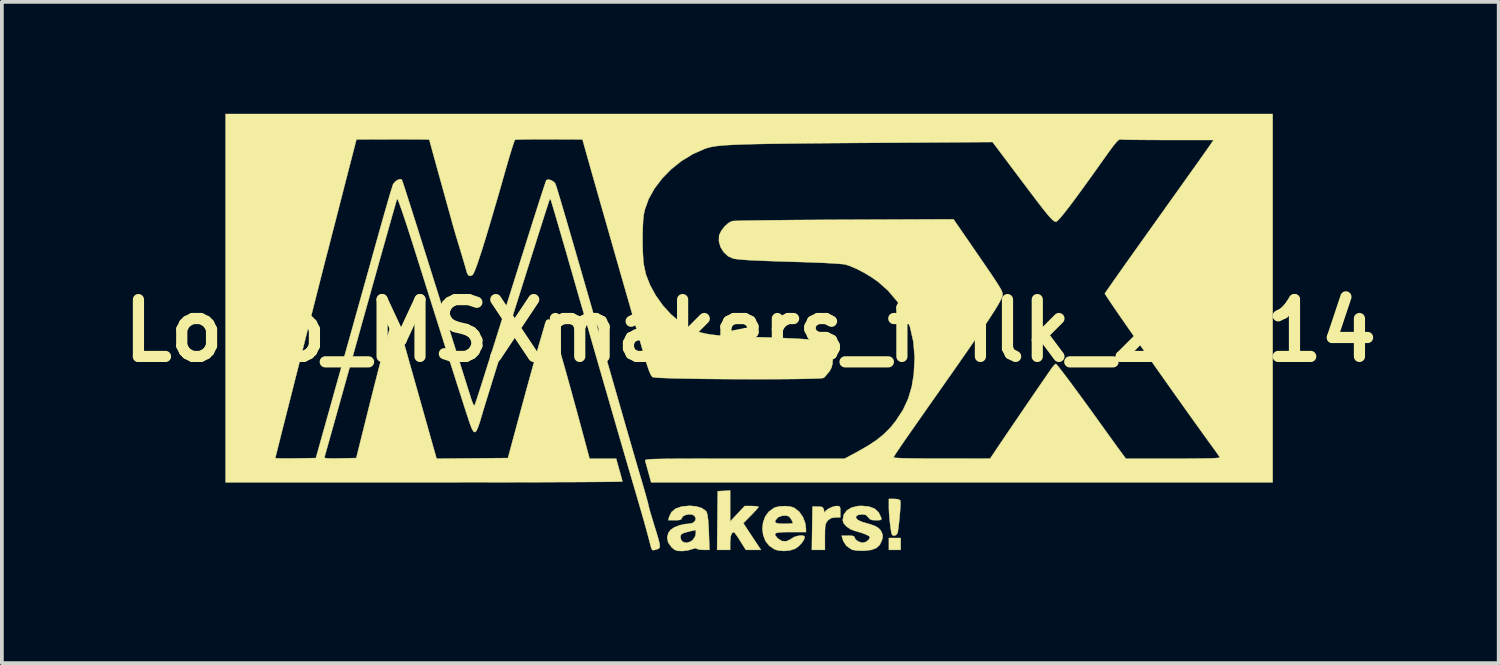
<source format=kicad_pcb>
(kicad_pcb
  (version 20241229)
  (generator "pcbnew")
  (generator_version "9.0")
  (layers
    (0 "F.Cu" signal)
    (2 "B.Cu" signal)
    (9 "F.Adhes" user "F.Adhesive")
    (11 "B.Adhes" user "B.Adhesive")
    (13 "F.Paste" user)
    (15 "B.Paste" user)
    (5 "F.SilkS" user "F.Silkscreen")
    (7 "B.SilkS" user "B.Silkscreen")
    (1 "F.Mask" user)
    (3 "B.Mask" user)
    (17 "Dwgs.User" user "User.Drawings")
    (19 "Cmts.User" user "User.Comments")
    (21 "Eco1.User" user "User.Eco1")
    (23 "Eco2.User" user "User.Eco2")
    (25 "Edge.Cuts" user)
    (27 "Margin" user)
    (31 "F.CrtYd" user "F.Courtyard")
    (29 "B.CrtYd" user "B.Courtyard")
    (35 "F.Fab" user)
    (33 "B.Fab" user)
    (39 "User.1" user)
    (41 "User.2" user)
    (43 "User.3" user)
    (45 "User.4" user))
  (footprint "Logo_MSXmakers_fsilk_29x14"
    (layer "F.Cu")
    (at 17.062 5.815)
    (property "Reference" "Logo_MSXmakers_fsilk_29x14" (at 0 0 0) (layer "F.SilkS") (effects (font (size 1.524 1.524) (thickness 0.3))))
    (attr through_hole)
    (fp_poly (pts (xy 4.032 5.874) (xy 3.715 5.874) (xy 3.715 5.556) (xy 4.032 5.556) (xy 4.032 5.874)) (stroke (width 0.01) (type solid)) (fill yes) (layer "F.SilkS"))
    (fp_poly (pts (xy 3.962 4.517) (xy 4.014 4.545) (xy 4.022 4.559) (xy 4.026 4.607) (xy 4.023 4.703) (xy 4.015 4.832) (xy 4.003 4.978) (xy 3.988 5.127) (xy 3.972 5.264) (xy 3.957 5.373) (xy 3.947 5.421) (xy 3.912 5.473) (xy 3.855 5.495) (xy 3.805 5.477) (xy 3.799 5.468) (xy 3.783 5.417) (xy 3.766 5.317) (xy 3.749 5.187) (xy 3.733 5.041) (xy 3.721 4.896) (xy 3.715 4.768) (xy 3.715 4.728) (xy 3.715 4.508) (xy 3.859 4.508) (xy 3.962 4.517)) (stroke (width 0.01) (type solid)) (fill yes) (layer "F.SilkS"))
    (fp_poly (pts (xy -0.54 5.114) (xy -0.346 4.907) (xy -0.151 4.699) (xy 0.035 4.699) (xy 0.135 4.703) (xy 0.203 4.712) (xy 0.222 4.722) (xy 0.201 4.753) (xy 0.145 4.818) (xy 0.064 4.904) (xy 0.018 4.952) (xy -0.187 5.159) (xy 0.049 5.517) (xy 0.285 5.874) (xy -0.12 5.874) (xy -0.269 5.636) (xy -0.337 5.529) (xy -0.395 5.448) (xy -0.433 5.403) (xy -0.44 5.397) (xy -0.494 5.427) (xy -0.527 5.516) (xy -0.54 5.661) (xy -0.54 5.674) (xy -0.54 5.874) (xy -0.89 5.874) (xy -0.882 5.088) (xy -0.873 4.302) (xy -0.706 4.293) (xy -0.54 4.283) (xy -0.54 5.114)) (stroke (width 0.01) (type solid)) (fill yes) (layer "F.SilkS"))
    (fp_poly (pts (xy 2.373 4.702) (xy 2.403 4.724) (xy 2.412 4.78) (xy 2.413 4.85) (xy 2.413 5.002) (xy 2.28 5.005) (xy 2.173 5.021) (xy 2.097 5.068) (xy 2.073 5.094) (xy 2.041 5.137) (xy 2.02 5.185) (xy 2.007 5.253) (xy 2.002 5.353) (xy 2 5.502) (xy 2 5.526) (xy 2 5.874) (xy 1.65 5.874) (xy 1.658 5.294) (xy 1.667 4.715) (xy 1.809 4.715) (xy 1.898 4.719) (xy 1.944 4.737) (xy 1.966 4.783) (xy 1.972 4.81) (xy 1.987 4.865) (xy 1.996 4.871) (xy 1.996 4.868) (xy 2.028 4.821) (xy 2.1 4.77) (xy 2.192 4.727) (xy 2.283 4.701) (xy 2.314 4.699) (xy 2.373 4.702)) (stroke (width 0.01) (type solid)) (fill yes) (layer "F.SilkS"))
    (fp_poly (pts (xy 1.074 4.715) (xy 1.173 4.745) (xy 1.307 4.848) (xy 1.411 4.995) (xy 1.476 5.168) (xy 1.492 5.31) (xy 1.492 5.397) (xy 1.079 5.397) (xy 0.893 5.399) (xy 0.765 5.407) (xy 0.69 5.424) (xy 0.661 5.451) (xy 0.675 5.494) (xy 0.724 5.553) (xy 0.745 5.574) (xy 0.849 5.639) (xy 0.965 5.644) (xy 1.083 5.59) (xy 1.105 5.572) (xy 1.179 5.529) (xy 1.27 5.501) (xy 1.359 5.489) (xy 1.429 5.496) (xy 1.46 5.525) (xy 1.46 5.529) (xy 1.437 5.604) (xy 1.375 5.695) (xy 1.292 5.781) (xy 1.205 5.843) (xy 1.065 5.888) (xy 0.901 5.904) (xy 0.741 5.889) (xy 0.651 5.861) (xy 0.509 5.766) (xy 0.407 5.636) (xy 0.346 5.48) (xy 0.324 5.313) (xy 0.342 5.144) (xy 0.346 5.132) (xy 0.665 5.132) (xy 0.711 5.16) (xy 0.813 5.173) (xy 0.905 5.175) (xy 1.019 5.173) (xy 1.103 5.167) (xy 1.142 5.159) (xy 1.143 5.157) (xy 1.126 5.107) (xy 1.087 5.039) (xy 1.045 4.985) (xy 1.035 4.977) (xy 0.953 4.953) (xy 0.85 4.961) (xy 0.758 4.995) (xy 0.73 5.016) (xy 0.673 5.085) (xy 0.665 5.132) (xy 0.346 5.132) (xy 0.398 4.987) (xy 0.494 4.853) (xy 0.629 4.754) (xy 0.677 4.733) (xy 0.795 4.707) (xy 0.937 4.701) (xy 1.074 4.715)) (stroke (width 0.01) (type solid)) (fill yes) (layer "F.SilkS"))
    (fp_poly (pts (xy 3.18 4.713) (xy 3.333 4.77) (xy 3.441 4.87) (xy 3.507 5.009) (xy 3.515 5.051) (xy 3.496 5.072) (xy 3.437 5.079) (xy 3.371 5.08) (xy 3.27 5.075) (xy 3.209 5.053) (xy 3.166 5.006) (xy 3.162 5.001) (xy 3.096 4.938) (xy 3.008 4.922) (xy 2.895 4.936) (xy 2.838 4.971) (xy 2.834 5.02) (xy 2.884 5.073) (xy 2.984 5.121) (xy 3.036 5.137) (xy 3.211 5.187) (xy 3.336 5.232) (xy 3.421 5.278) (xy 3.478 5.331) (xy 3.51 5.38) (xy 3.545 5.461) (xy 3.549 5.533) (xy 3.529 5.616) (xy 3.472 5.739) (xy 3.38 5.824) (xy 3.247 5.875) (xy 3.063 5.897) (xy 3.048 5.898) (xy 2.879 5.895) (xy 2.753 5.876) (xy 2.715 5.863) (xy 2.579 5.77) (xy 2.493 5.638) (xy 2.478 5.592) (xy 2.449 5.493) (xy 2.622 5.493) (xy 2.727 5.497) (xy 2.781 5.514) (xy 2.794 5.539) (xy 2.822 5.596) (xy 2.891 5.648) (xy 2.978 5.679) (xy 3.018 5.683) (xy 3.099 5.661) (xy 3.17 5.609) (xy 3.206 5.544) (xy 3.207 5.533) (xy 3.177 5.5) (xy 3.096 5.46) (xy 2.973 5.415) (xy 2.82 5.37) (xy 2.797 5.364) (xy 2.679 5.317) (xy 2.576 5.244) (xy 2.503 5.161) (xy 2.477 5.081) (xy 2.504 4.935) (xy 2.584 4.821) (xy 2.713 4.741) (xy 2.885 4.7) (xy 2.98 4.695) (xy 3.18 4.713)) (stroke (width 0.01) (type solid)) (fill yes) (layer "F.SilkS"))
    (fp_poly (pts (xy -1.448 4.709) (xy -1.302 4.754) (xy -1.199 4.824) (xy -1.17 4.863) (xy -1.149 4.933) (xy -1.132 5.063) (xy -1.118 5.248) (xy -1.111 5.405) (xy -1.095 5.874) (xy -1.259 5.874) (xy -1.354 5.868) (xy -1.419 5.853) (xy -1.435 5.841) (xy -1.47 5.828) (xy -1.552 5.852) (xy -1.563 5.856) (xy -1.668 5.886) (xy -1.795 5.904) (xy -1.844 5.905) (xy -1.95 5.9) (xy -2.024 5.874) (xy -2.095 5.817) (xy -2.115 5.798) (xy -2.201 5.676) (xy -2.228 5.547) (xy -2.226 5.536) (xy -1.873 5.536) (xy -1.848 5.622) (xy -1.785 5.672) (xy -1.697 5.684) (xy -1.602 5.653) (xy -1.538 5.605) (xy -1.476 5.509) (xy -1.46 5.434) (xy -1.46 5.34) (xy -1.629 5.379) (xy -1.753 5.411) (xy -1.827 5.44) (xy -1.862 5.476) (xy -1.873 5.525) (xy -1.873 5.536) (xy -2.226 5.536) (xy -2.197 5.422) (xy -2.134 5.336) (xy -2.039 5.272) (xy -1.905 5.218) (xy -1.756 5.184) (xy -1.647 5.175) (xy -1.549 5.156) (xy -1.484 5.105) (xy -1.461 5.038) (xy -1.491 4.968) (xy -1.499 4.959) (xy -1.565 4.927) (xy -1.654 4.922) (xy -1.744 4.942) (xy -1.813 4.98) (xy -1.841 5.033) (xy -1.841 5.033) (xy -1.858 5.061) (xy -1.915 5.076) (xy -2.02 5.08) (xy -2.198 5.08) (xy -2.176 4.993) (xy -2.113 4.862) (xy -1.999 4.768) (xy -1.835 4.712) (xy -1.624 4.693) (xy -1.448 4.709)) (stroke (width 0.01) (type solid)) (fill yes) (layer "F.SilkS"))
    (fp_poly (pts (xy 14.002 4.064) (xy -2.657 4.064) (xy -2.73 3.802) (xy -2.765 3.675) (xy -2.795 3.567) (xy -2.814 3.496) (xy -2.818 3.485) (xy -2.818 3.475) (xy -2.81 3.466) (xy -2.79 3.459) (xy -2.754 3.452) (xy -2.698 3.447) (xy -2.618 3.442) (xy -2.511 3.439) (xy -2.372 3.436) (xy -2.196 3.433) (xy -1.982 3.432) (xy -1.723 3.431) (xy -1.418 3.43) (xy -1.06 3.429) (xy -0.648 3.429) (xy -0.175 3.429) (xy 2.529 3.429) (xy 2.856 3.254) (xy 3.144 3.09) (xy 3.381 2.934) (xy 3.579 2.775) (xy 3.75 2.604) (xy 3.899 2.419) (xy 4.092 2.124) (xy 4.232 1.823) (xy 4.328 1.501) (xy 4.383 1.166) (xy 4.406 0.719) (xy 4.372 0.3) (xy 4.284 -0.091) (xy 4.14 -0.452) (xy 3.942 -0.782) (xy 3.689 -1.079) (xy 3.428 -1.31) (xy 3.249 -1.435) (xy 3.051 -1.555) (xy 2.851 -1.658) (xy 2.667 -1.737) (xy 2.54 -1.777) (xy 2.473 -1.786) (xy 2.352 -1.796) (xy 2.185 -1.807) (xy 1.982 -1.818) (xy 1.751 -1.828) (xy 1.502 -1.837) (xy 1.381 -1.841) (xy 0.992 -1.852) (xy 0.661 -1.863) (xy 0.383 -1.873) (xy 0.154 -1.883) (xy -0.033 -1.892) (xy -0.181 -1.902) (xy -0.297 -1.912) (xy -0.384 -1.922) (xy -0.449 -1.933) (xy -0.46 -1.936) (xy -0.597 -1.998) (xy -0.712 -2.105) (xy -0.797 -2.242) (xy -0.841 -2.394) (xy -0.837 -2.543) (xy -0.831 -2.567) (xy -0.775 -2.683) (xy -0.685 -2.798) (xy -0.581 -2.89) (xy -0.487 -2.938) (xy -0.442 -2.942) (xy -0.339 -2.946) (xy -0.182 -2.95) (xy 0.025 -2.953) (xy 0.278 -2.957) (xy 0.57 -2.961) (xy 0.899 -2.964) (xy 1.258 -2.968) (xy 1.645 -2.97) (xy 2.053 -2.973) (xy 2.478 -2.975) (xy 2.525 -2.975) (xy 5.448 -2.987) (xy 5.957 -2.248) (xy 6.149 -1.969) (xy 6.308 -1.737) (xy 6.437 -1.548) (xy 6.539 -1.396) (xy 6.617 -1.277) (xy 6.675 -1.184) (xy 6.715 -1.115) (xy 6.741 -1.063) (xy 6.755 -1.023) (xy 6.761 -0.992) (xy 6.763 -0.965) (xy 6.756 -0.926) (xy 6.734 -0.868) (xy 6.696 -0.791) (xy 6.639 -0.689) (xy 6.562 -0.562) (xy 6.462 -0.406) (xy 6.338 -0.217) (xy 6.187 0.006) (xy 6.009 0.267) (xy 5.8 0.569) (xy 5.56 0.914) (xy 5.285 1.306) (xy 5.054 1.635) (xy 4.81 1.982) (xy 4.601 2.281) (xy 4.423 2.535) (xy 4.274 2.748) (xy 4.152 2.923) (xy 4.054 3.065) (xy 3.979 3.176) (xy 3.922 3.26) (xy 3.883 3.32) (xy 3.858 3.362) (xy 3.845 3.387) (xy 3.842 3.398) (xy 3.873 3.406) (xy 3.965 3.413) (xy 4.114 3.419) (xy 4.318 3.423) (xy 4.574 3.426) (xy 4.879 3.428) (xy 5.136 3.428) (xy 6.429 3.427) (xy 6.561 3.23) (xy 6.645 3.105) (xy 6.751 2.948) (xy 6.875 2.764) (xy 7.013 2.561) (xy 7.16 2.346) (xy 7.31 2.125) (xy 7.46 1.906) (xy 7.604 1.695) (xy 7.738 1.499) (xy 7.858 1.325) (xy 7.957 1.181) (xy 8.033 1.072) (xy 8.079 1.006) (xy 8.089 0.992) (xy 8.143 0.927) (xy 8.182 0.892) (xy 8.189 0.889) (xy 8.217 0.914) (xy 8.279 0.989) (xy 8.372 1.108) (xy 8.495 1.27) (xy 8.645 1.471) (xy 8.819 1.708) (xy 9.016 1.977) (xy 9.232 2.276) (xy 9.319 2.397) (xy 9.459 2.592) (xy 9.594 2.779) (xy 9.716 2.949) (xy 9.82 3.093) (xy 9.9 3.202) (xy 9.944 3.262) (xy 10.067 3.429) (xy 11.338 3.429) (xy 11.666 3.429) (xy 11.935 3.427) (xy 12.151 3.425) (xy 12.317 3.422) (xy 12.439 3.417) (xy 12.521 3.411) (xy 12.568 3.403) (xy 12.586 3.394) (xy 12.585 3.389) (xy 12.554 3.344) (xy 12.499 3.266) (xy 12.445 3.191) (xy 12.299 2.991) (xy 12.134 2.762) (xy 11.954 2.511) (xy 11.761 2.241) (xy 11.558 1.956) (xy 11.349 1.662) (xy 11.137 1.362) (xy 10.925 1.062) (xy 10.717 0.766) (xy 10.514 0.478) (xy 10.322 0.202) (xy 10.142 -0.055) (xy 9.978 -0.291) (xy 9.833 -0.501) (xy 9.711 -0.68) (xy 9.614 -0.823) (xy 9.546 -0.926) (xy 9.509 -0.985) (xy 9.504 -0.997) (xy 9.524 -1.029) (xy 9.579 -1.109) (xy 9.665 -1.231) (xy 9.778 -1.393) (xy 9.917 -1.59) (xy 10.078 -1.818) (xy 10.259 -2.072) (xy 10.456 -2.349) (xy 10.666 -2.644) (xy 10.866 -2.924) (xy 11.088 -3.236) (xy 11.302 -3.536) (xy 11.504 -3.819) (xy 11.691 -4.082) (xy 11.859 -4.318) (xy 12.007 -4.525) (xy 12.129 -4.698) (xy 12.224 -4.832) (xy 12.287 -4.922) (xy 12.315 -4.961) (xy 12.417 -5.112) (xy 11.201 -5.112) (xy 10.927 -5.113) (xy 10.672 -5.114) (xy 10.442 -5.116) (xy 10.245 -5.118) (xy 10.088 -5.121) (xy 9.979 -5.124) (xy 9.925 -5.128) (xy 9.922 -5.129) (xy 9.896 -5.126) (xy 9.861 -5.103) (xy 9.812 -5.053) (xy 9.745 -4.972) (xy 9.656 -4.854) (xy 9.539 -4.692) (xy 9.43 -4.539) (xy 9.162 -4.162) (xy 8.928 -3.837) (xy 8.728 -3.564) (xy 8.561 -3.34) (xy 8.425 -3.165) (xy 8.321 -3.038) (xy 8.246 -2.957) (xy 8.201 -2.923) (xy 8.194 -2.921) (xy 8.168 -2.926) (xy 8.137 -2.942) (xy 8.097 -2.975) (xy 8.045 -3.028) (xy 7.977 -3.105) (xy 7.89 -3.212) (xy 7.781 -3.351) (xy 7.646 -3.527) (xy 7.481 -3.745) (xy 7.283 -4.008) (xy 7.204 -4.113) (xy 6.494 -5.058) (xy 3.164 -5.036) (xy 2.569 -5.032) (xy 2.033 -5.028) (xy 1.554 -5.024) (xy 1.128 -5.019) (xy 0.752 -5.014) (xy 0.421 -5.009) (xy 0.132 -5.003) (xy -0.118 -4.997) (xy -0.332 -4.989) (xy -0.515 -4.981) (xy -0.669 -4.972) (xy -0.799 -4.961) (xy -0.908 -4.949) (xy -0.999 -4.935) (xy -1.076 -4.92) (xy -1.142 -4.903) (xy -1.202 -4.884) (xy -1.219 -4.878) (xy -1.541 -4.735) (xy -1.844 -4.55) (xy -2.12 -4.33) (xy -2.363 -4.082) (xy -2.567 -3.814) (xy -2.724 -3.533) (xy -2.827 -3.247) (xy -2.856 -3.111) (xy -2.872 -2.966) (xy -2.882 -2.775) (xy -2.887 -2.556) (xy -2.887 -2.325) (xy -2.881 -2.099) (xy -2.869 -1.897) (xy -2.859 -1.789) (xy -2.8 -1.513) (xy -2.689 -1.228) (xy -2.535 -0.946) (xy -2.346 -0.68) (xy -2.13 -0.441) (xy -1.894 -0.242) (xy -1.796 -0.175) (xy -1.675 -0.103) (xy -1.562 -0.043) (xy -1.449 0.007) (xy -1.329 0.048) (xy -1.194 0.08) (xy -1.038 0.106) (xy -0.852 0.126) (xy -0.631 0.142) (xy -0.366 0.155) (xy -0.051 0.166) (xy 0.238 0.174) (xy 0.559 0.183) (xy 0.865 0.195) (xy 1.15 0.209) (xy 1.407 0.223) (xy 1.629 0.239) (xy 1.809 0.255) (xy 1.94 0.27) (xy 2.015 0.286) (xy 2.019 0.287) (xy 2.087 0.333) (xy 2.153 0.408) (xy 2.161 0.42) (xy 2.196 0.488) (xy 2.214 0.564) (xy 2.217 0.668) (xy 2.213 0.753) (xy 2.202 0.886) (xy 2.18 0.98) (xy 2.141 1.058) (xy 2.11 1.102) (xy 2.044 1.183) (xy 1.987 1.247) (xy 1.97 1.262) (xy 1.928 1.271) (xy 1.829 1.278) (xy 1.679 1.284) (xy 1.485 1.289) (xy 1.251 1.293) (xy 0.986 1.296) (xy 0.695 1.298) (xy 0.384 1.299) (xy 0.059 1.299) (xy -0.273 1.298) (xy -0.606 1.297) (xy -0.933 1.294) (xy -1.249 1.291) (xy -1.548 1.286) (xy -1.822 1.281) (xy -2.066 1.276) (xy -2.273 1.269) (xy -2.438 1.262) (xy -2.554 1.254) (xy -2.614 1.245) (xy -2.62 1.243) (xy -2.66 1.194) (xy -2.707 1.093) (xy -2.762 0.935) (xy -2.805 0.798) (xy -2.833 0.703) (xy -2.877 0.553) (xy -2.934 0.354) (xy -3.004 0.111) (xy -3.085 -0.168) (xy -3.174 -0.479) (xy -3.27 -0.815) (xy -3.372 -1.17) (xy -3.478 -1.538) (xy -3.585 -1.913) (xy -3.693 -2.29) (xy -3.799 -2.662) (xy -3.902 -3.023) (xy -4.001 -3.367) (xy -4.092 -3.688) (xy -4.175 -3.981) (xy -4.249 -4.239) (xy -4.31 -4.456) (xy -4.343 -4.572) (xy -4.499 -5.128) (xy -5.389 -5.132) (xy -5.621 -5.132) (xy -5.833 -5.131) (xy -6.015 -5.129) (xy -6.161 -5.126) (xy -6.261 -5.122) (xy -6.307 -5.117) (xy -6.308 -5.116) (xy -6.324 -5.081) (xy -6.355 -4.993) (xy -6.397 -4.862) (xy -6.449 -4.694) (xy -6.506 -4.499) (xy -6.554 -4.334) (xy -6.71 -3.785) (xy -6.852 -3.296) (xy -6.978 -2.868) (xy -7.089 -2.499) (xy -7.185 -2.189) (xy -7.267 -1.937) (xy -7.334 -1.741) (xy -7.387 -1.603) (xy -7.427 -1.52) (xy -7.442 -1.497) (xy -7.506 -1.467) (xy -7.563 -1.492) (xy -7.597 -1.561) (xy -7.611 -1.615) (xy -7.641 -1.718) (xy -7.682 -1.859) (xy -7.732 -2.026) (xy -7.777 -2.175) (xy -7.834 -2.363) (xy -7.888 -2.542) (xy -7.934 -2.698) (xy -7.968 -2.817) (xy -7.984 -2.873) (xy -8.003 -2.942) (xy -8.036 -3.063) (xy -8.082 -3.228) (xy -8.138 -3.429) (xy -8.201 -3.657) (xy -8.269 -3.904) (xy -8.316 -4.071) (xy -8.384 -4.316) (xy -8.446 -4.542) (xy -8.501 -4.741) (xy -8.546 -4.905) (xy -8.58 -5.028) (xy -8.599 -5.102) (xy -8.604 -5.122) (xy -8.635 -5.125) (xy -8.721 -5.127) (xy -8.856 -5.129) (xy -9.03 -5.13) (xy -9.238 -5.131) (xy -9.471 -5.131) (xy -9.581 -5.131) (xy -10.557 -5.128) (xy -10.66 -4.731) (xy -10.693 -4.602) (xy -10.74 -4.422) (xy -10.796 -4.203) (xy -10.86 -3.955) (xy -10.928 -3.689) (xy -10.998 -3.417) (xy -11.035 -3.27) (xy -11.102 -3.009) (xy -11.167 -2.758) (xy -11.227 -2.526) (xy -11.279 -2.322) (xy -11.322 -2.155) (xy -11.354 -2.035) (xy -11.367 -1.984) (xy -11.386 -1.912) (xy -11.418 -1.784) (xy -11.463 -1.608) (xy -11.519 -1.39) (xy -11.583 -1.136) (xy -11.655 -0.853) (xy -11.732 -0.548) (xy -11.813 -0.227) (xy -11.859 -0.048) (xy -11.948 0.307) (xy -12.04 0.671) (xy -12.132 1.035) (xy -12.222 1.388) (xy -12.306 1.722) (xy -12.383 2.025) (xy -12.45 2.289) (xy -12.504 2.502) (xy -12.512 2.533) (xy -12.569 2.757) (xy -12.62 2.961) (xy -12.664 3.137) (xy -12.699 3.276) (xy -12.722 3.371) (xy -12.732 3.413) (xy -12.732 3.414) (xy -12.702 3.419) (xy -12.618 3.422) (xy -12.492 3.424) (xy -12.333 3.424) (xy -12.188 3.422) (xy -11.645 3.413) (xy -11.409 2.572) (xy -11.349 2.358) (xy -11.275 2.095) (xy -11.191 1.793) (xy -11.099 1.464) (xy -11.002 1.121) (xy -10.905 0.773) (xy -10.81 0.433) (xy -10.764 0.27) (xy -10.663 -0.089) (xy -10.553 -0.484) (xy -10.436 -0.9) (xy -10.319 -1.32) (xy -10.204 -1.73) (xy -10.098 -2.112) (xy -10.003 -2.452) (xy -9.987 -2.508) (xy -9.908 -2.79) (xy -9.833 -3.056) (xy -9.763 -3.299) (xy -9.702 -3.512) (xy -9.65 -3.688) (xy -9.609 -3.821) (xy -9.583 -3.904) (xy -9.575 -3.925) (xy -9.526 -3.99) (xy -9.457 -4.04) (xy -9.388 -4.064) (xy -9.344 -4.052) (xy -9.338 -4.041) (xy -9.328 -4.013) (xy -9.311 -3.964) (xy -9.287 -3.892) (xy -9.254 -3.793) (xy -9.213 -3.665) (xy -9.162 -3.504) (xy -9.099 -3.309) (xy -9.025 -3.075) (xy -8.938 -2.8) (xy -8.837 -2.48) (xy -8.722 -2.114) (xy -8.591 -1.698) (xy -8.443 -1.228) (xy -8.278 -0.703) (xy -8.176 -0.381) (xy -8.067 -0.033) (xy -7.962 0.302) (xy -7.862 0.618) (xy -7.77 0.911) (xy -7.688 1.173) (xy -7.617 1.399) (xy -7.559 1.583) (xy -7.515 1.72) (xy -7.489 1.804) (xy -7.485 1.818) (xy -7.449 1.919) (xy -7.418 1.987) (xy -7.397 2.009) (xy -7.396 2.008) (xy -7.391 2) (xy -7.383 1.982) (xy -7.372 1.95) (xy -7.355 1.901) (xy -7.332 1.834) (xy -7.303 1.744) (xy -7.266 1.63) (xy -7.22 1.488) (xy -7.165 1.315) (xy -7.1 1.108) (xy -7.023 0.865) (xy -6.934 0.583) (xy -6.831 0.258) (xy -6.715 -0.112) (xy -6.584 -0.529) (xy -6.436 -0.998) (xy -6.272 -1.52) (xy -6.09 -2.099) (xy -6.016 -2.334) (xy -5.917 -2.647) (xy -5.824 -2.943) (xy -5.737 -3.215) (xy -5.66 -3.457) (xy -5.592 -3.665) (xy -5.538 -3.832) (xy -5.497 -3.953) (xy -5.473 -4.023) (xy -5.466 -4.038) (xy -5.412 -4.053) (xy -5.337 -4.034) (xy -5.265 -3.989) (xy -5.226 -3.941) (xy -5.212 -3.903) (xy -5.184 -3.817) (xy -5.143 -3.681) (xy -5.087 -3.495) (xy -5.017 -3.259) (xy -4.932 -2.97) (xy -4.833 -2.629) (xy -4.718 -2.234) (xy -4.588 -1.784) (xy -4.442 -1.279) (xy -4.28 -0.718) (xy -4.102 -0.099) (xy -3.907 0.578) (xy -3.696 1.314) (xy -3.467 2.11) (xy -3.412 2.302) (xy -3.329 2.592) (xy -3.242 2.891) (xy -3.157 3.186) (xy -3.076 3.465) (xy -3.003 3.716) (xy -2.941 3.926) (xy -2.907 4.04) (xy -2.853 4.226) (xy -2.805 4.393) (xy -2.767 4.53) (xy -2.741 4.627) (xy -2.731 4.674) (xy -2.731 4.676) (xy -2.721 4.719) (xy -2.697 4.811) (xy -2.659 4.94) (xy -2.612 5.095) (xy -2.588 5.175) (xy -2.521 5.389) (xy -2.473 5.55) (xy -2.442 5.667) (xy -2.427 5.747) (xy -2.427 5.798) (xy -2.443 5.829) (xy -2.472 5.848) (xy -2.515 5.863) (xy -2.521 5.865) (xy -2.596 5.884) (xy -2.633 5.872) (xy -2.657 5.817) (xy -2.666 5.783) (xy -2.688 5.7) (xy -2.721 5.577) (xy -2.758 5.436) (xy -2.773 5.382) (xy -2.803 5.27) (xy -2.848 5.109) (xy -2.904 4.913) (xy -2.968 4.693) (xy -3.035 4.463) (xy -3.077 4.318) (xy -3.174 3.988) (xy -3.281 3.623) (xy -3.399 3.219) (xy -3.528 2.775) (xy -3.669 2.289) (xy -3.823 1.756) (xy -3.991 1.176) (xy -4.173 0.545) (xy -4.37 -0.139) (xy -4.584 -0.879) (xy -4.813 -1.677) (xy -4.847 -1.794) (xy -4.938 -2.112) (xy -5.025 -2.411) (xy -5.105 -2.685) (xy -5.176 -2.931) (xy -5.238 -3.141) (xy -5.288 -3.31) (xy -5.325 -3.434) (xy -5.347 -3.505) (xy -5.353 -3.522) (xy -5.377 -3.522) (xy -5.389 -3.489) (xy -5.418 -3.401) (xy -5.463 -3.262) (xy -5.522 -3.079) (xy -5.593 -2.854) (xy -5.676 -2.595) (xy -5.767 -2.306) (xy -5.867 -1.991) (xy -5.972 -1.657) (xy -6.082 -1.308) (xy -6.195 -0.949) (xy -6.31 -0.585) (xy -6.424 -0.222) (xy -6.536 0.135) (xy -6.644 0.482) (xy -6.748 0.814) (xy -6.845 1.124) (xy -6.933 1.409) (xy -7.012 1.662) (xy -7.079 1.88) (xy -7.133 2.057) (xy -7.173 2.187) (xy -7.192 2.254) (xy -7.253 2.459) (xy -7.304 2.603) (xy -7.346 2.69) (xy -7.385 2.72) (xy -7.424 2.696) (xy -7.466 2.621) (xy -7.514 2.495) (xy -7.531 2.445) (xy -7.571 2.324) (xy -7.629 2.147) (xy -7.703 1.916) (xy -7.793 1.635) (xy -7.898 1.308) (xy -8.016 0.938) (xy -8.146 0.529) (xy -8.286 0.084) (xy -8.437 -0.393) (xy -8.597 -0.898) (xy -8.764 -1.429) (xy -8.892 -1.835) (xy -9.023 -2.25) (xy -9.136 -2.604) (xy -9.232 -2.9) (xy -9.312 -3.138) (xy -9.375 -3.319) (xy -9.421 -3.445) (xy -9.452 -3.517) (xy -9.468 -3.536) (xy -9.469 -3.534) (xy -9.481 -3.496) (xy -9.508 -3.402) (xy -9.55 -3.253) (xy -9.607 -3.056) (xy -9.675 -2.813) (xy -9.755 -2.529) (xy -9.846 -2.208) (xy -9.946 -1.853) (xy -10.053 -1.469) (xy -10.168 -1.059) (xy -10.289 -0.628) (xy -10.415 -0.179) (xy -10.447 -0.064) (xy -10.573 0.389) (xy -10.695 0.824) (xy -10.811 1.239) (xy -10.92 1.629) (xy -11.021 1.99) (xy -11.113 2.319) (xy -11.195 2.611) (xy -11.266 2.863) (xy -11.324 3.07) (xy -11.369 3.229) (xy -11.399 3.336) (xy -11.413 3.387) (xy -11.415 3.39) (xy -11.407 3.407) (xy -11.367 3.418) (xy -11.286 3.423) (xy -11.156 3.424) (xy -10.995 3.422) (xy -10.562 3.413) (xy -10.238 2.111) (xy -10.164 1.818) (xy -10.092 1.53) (xy -10.022 1.257) (xy -9.958 1.008) (xy -9.902 0.791) (xy -9.855 0.615) (xy -9.821 0.489) (xy -9.813 0.46) (xy -9.767 0.299) (xy -9.722 0.141) (xy -9.684 0.007) (xy -9.665 -0.062) (xy -9.616 -0.209) (xy -9.566 -0.294) (xy -9.518 -0.318) (xy -9.471 -0.279) (xy -9.427 -0.178) (xy -9.419 -0.151) (xy -9.402 -0.089) (xy -9.369 0.027) (xy -9.323 0.19) (xy -9.266 0.392) (xy -9.2 0.626) (xy -9.128 0.884) (xy -9.05 1.16) (xy -8.969 1.447) (xy -8.887 1.736) (xy -8.807 2.02) (xy -8.73 2.294) (xy -8.658 2.548) (xy -8.594 2.776) (xy -8.539 2.97) (xy -8.496 3.124) (xy -8.466 3.229) (xy -8.456 3.263) (xy -8.409 3.43) (xy -6.497 3.413) (xy -6.141 2.095) (xy -6.06 1.796) (xy -5.979 1.499) (xy -5.9 1.213) (xy -5.827 0.948) (xy -5.761 0.712) (xy -5.705 0.516) (xy -5.663 0.369) (xy -5.652 0.333) (xy -5.603 0.167) (xy -5.559 0.015) (xy -5.523 -0.109) (xy -5.501 -0.191) (xy -5.497 -0.206) (xy -5.462 -0.282) (xy -5.413 -0.302) (xy -5.373 -0.286) (xy -5.337 -0.232) (xy -5.299 -0.128) (xy -5.294 -0.111) (xy -5.239 0.071) (xy -5.17 0.305) (xy -5.091 0.58) (xy -5.004 0.887) (xy -4.911 1.216) (xy -4.816 1.557) (xy -4.722 1.901) (xy -4.63 2.236) (xy -4.571 2.453) (xy -4.309 3.429) (xy -3.596 3.429) (xy -3.513 3.724) (xy -3.477 3.853) (xy -3.449 3.958) (xy -3.432 4.026) (xy -3.429 4.041) (xy -3.46 4.044) (xy -3.552 4.046) (xy -3.7 4.049) (xy -3.902 4.051) (xy -4.154 4.053) (xy -4.454 4.055) (xy -4.797 4.057) (xy -5.181 4.058) (xy -5.602 4.06) (xy -6.057 4.061) (xy -6.542 4.062) (xy -7.055 4.063) (xy -7.592 4.063) (xy -8.15 4.064) (xy -8.725 4.064) (xy -8.747 4.064) (xy -14.065 4.064) (xy -14.065 -5.81) (xy 14.002 -5.81) (xy 14.002 4.064)) (stroke (width 0.01) (type solid)) (fill yes) (layer "F.SilkS")))
  (gr_rect
    (start -3 -3)
    (end 37.123 14.726)
    (stroke (width 0.1) (type default))
    (fill no)
    (layer "Edge.Cuts")))
</source>
